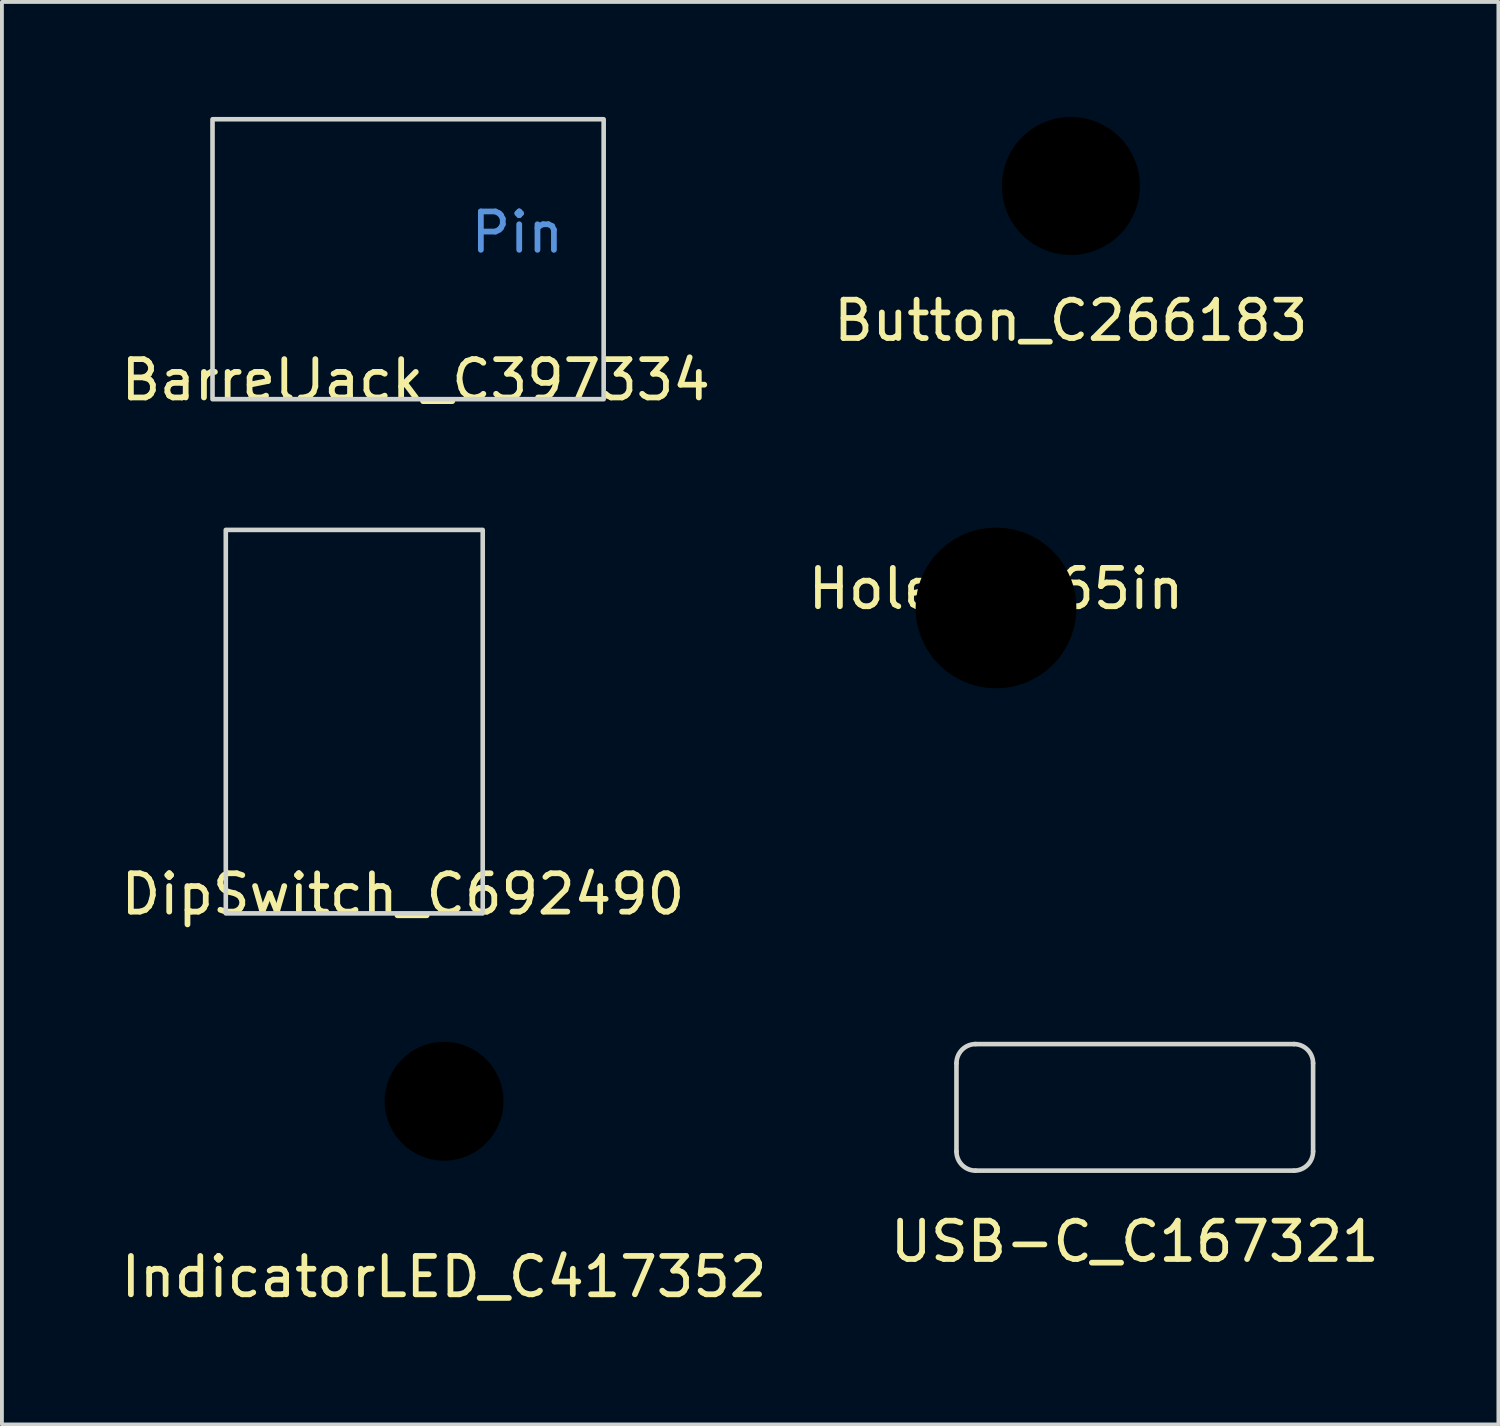
<source format=kicad_pcb>
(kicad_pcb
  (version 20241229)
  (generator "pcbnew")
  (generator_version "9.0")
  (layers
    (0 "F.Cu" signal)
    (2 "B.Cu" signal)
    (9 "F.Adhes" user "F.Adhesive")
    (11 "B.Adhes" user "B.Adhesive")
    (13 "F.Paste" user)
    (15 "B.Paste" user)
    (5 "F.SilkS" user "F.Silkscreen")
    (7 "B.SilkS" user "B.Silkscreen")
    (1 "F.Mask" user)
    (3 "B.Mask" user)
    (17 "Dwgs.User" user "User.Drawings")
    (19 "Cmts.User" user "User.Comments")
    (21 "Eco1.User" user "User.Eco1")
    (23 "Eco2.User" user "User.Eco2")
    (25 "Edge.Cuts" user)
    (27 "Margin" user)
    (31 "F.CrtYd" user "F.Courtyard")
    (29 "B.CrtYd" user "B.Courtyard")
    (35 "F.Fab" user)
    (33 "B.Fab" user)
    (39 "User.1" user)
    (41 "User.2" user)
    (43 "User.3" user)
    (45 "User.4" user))
  (footprint "USB-C_C167321"
    (layer "F.Cu")
    (at 26.542 27.477)
    (property "Reference" "USB-C_C167321" (at 0 1.85 0) (unlocked yes) (layer "F.SilkS") (effects (font (size 1 1) (thickness 0.15))))
    (fp_rect (start -4.65 0) (end 4.45 -3.2) (stroke (width 0.01) (type solid)) (fill no) (layer "Eco1.User"))
    (fp_line (start -4.65 -0.5) (end -4.65 -2.8) (stroke (width 0.12) (type solid)) (layer "Edge.Cuts"))
    (fp_line (start -4.15 -3.3) (end 4.15 -3.3) (stroke (width 0.12) (type solid)) (layer "Edge.Cuts"))
    (fp_line (start 4.15 0) (end -4.15 0) (stroke (width 0.12) (type solid)) (layer "Edge.Cuts"))
    (fp_line (start 4.65 -2.8) (end 4.65 -0.5) (stroke (width 0.12) (type solid)) (layer "Edge.Cuts"))
    (fp_arc (start -4.649999 -2.800001) (mid -4.503553 -3.153554) (end -4.15 -3.3) (stroke (width 0.12) (type solid)) (layer "Edge.Cuts"))
    (fp_arc (start -4.150001 -0.000001) (mid -4.503554 -0.146447) (end -4.65 -0.5) (stroke (width 0.12) (type solid)) (layer "Edge.Cuts"))
    (fp_arc (start 4.150001 -3.299999) (mid 4.503554 -3.153553) (end 4.65 -2.8) (stroke (width 0.12) (type solid)) (layer "Edge.Cuts"))
    (fp_arc (start 4.649999 -0.499999) (mid 4.503553 -0.146446) (end 4.15 0) (stroke (width 0.12) (type solid)) (layer "Edge.Cuts")))
  (footprint "BarrelJack_C397334"
    (layer "F.Cu")
    (at 7.792 7.36)
    (property "Reference" "BarrelJack_C397334" (at 0 -0.5 0) (unlocked yes) (layer "F.SilkS") (effects (font (size 1 1) (thickness 0.15))))
    (fp_line (start 0 0) (end 0 -4) (stroke (width 0.05) (type solid)) (layer "Eco1.User"))
    (fp_line (start 1.05 -2.45) (end 1.05 -4.45) (stroke (width 0.05) (type solid)) (layer "Eco1.User"))
    (fp_line (start 2.05 -3.5) (end 0.05 -3.5) (stroke (width 0.05) (type solid)) (layer "Eco1.User"))
    (fp_rect (start -5.3 0) (end 4.9 -7.3) (stroke (width 0.12) (type solid)) (fill no) (layer "Edge.Cuts"))
    (fp_text user "Pin" (at 2.65 -4.35 0) (unlocked yes) (layer "Cmts.User") (effects (font (size 1 1) (thickness 0.15)))))
  (footprint "Hole_0.165in"
    (layer "F.Cu")
    (at 22.923 12.804)
    (property "Reference" "Hole_0.165in" (at 0 -0.5 0) (unlocked yes) (layer "F.SilkS") (effects (font (size 1 1) (thickness 0.15))))
    (pad "" np_thru_hole circle (at 0 0) (size 4.191 4.191) (drill 4.191) (layers "*.Mask")))
  (footprint "DipSwitch_C692490"
    (layer "F.Cu")
    (at 7.458 20.768)
    (property "Reference" "DipSwitch_C692490" (at 0 -0.5 0) (unlocked yes) (layer "F.SilkS") (effects (font (size 1 1) (thickness 0.15))))
    (fp_line (start 0 0) (end 0 -4) (stroke (width 0.05) (type solid)) (layer "Eco1.User"))
    (fp_rect (start -4.62 0) (end 2.08 -10) (stroke (width 0.12) (type solid)) (fill no) (layer "Edge.Cuts")))
  (footprint "IndicatorLED_C417352"
    (layer "F.Cu")
    (at 8.53 30.747)
    (property "Reference" "IndicatorLED_C417352" (at 0 -0.5 0) (unlocked yes) (layer "F.SilkS") (effects (font (size 1 1) (thickness 0.15))))
    (fp_line (start 0 0) (end 0 -5.1) (stroke (width 0.05) (type solid)) (layer "Eco1.User"))
    (pad "" np_thru_hole circle (at 0 -5.08) (size 3.1 3.1) (drill 3.1) (layers "*.Mask")))
  (footprint "Button_C266183"
    (layer "F.Cu")
    (at 24.875 5.81)
    (property "Reference" "Button_C266183" (at 0 -0.5 0) (unlocked yes) (layer "F.SilkS") (effects (font (size 1 1) (thickness 0.15))))
    (fp_line (start 0 0) (end 0 -4) (stroke (width 0.05) (type solid)) (layer "Eco1.User"))
    (pad "" np_thru_hole circle (at 0 -4.01) (size 3.6 3.6) (drill 3.6) (layers "*.Mask")))
  (gr_rect
    (start -3 -3)
    (end 36.024 34.095)
    (stroke (width 0.1) (type default))
    (fill no)
    (layer "Edge.Cuts")))
</source>
